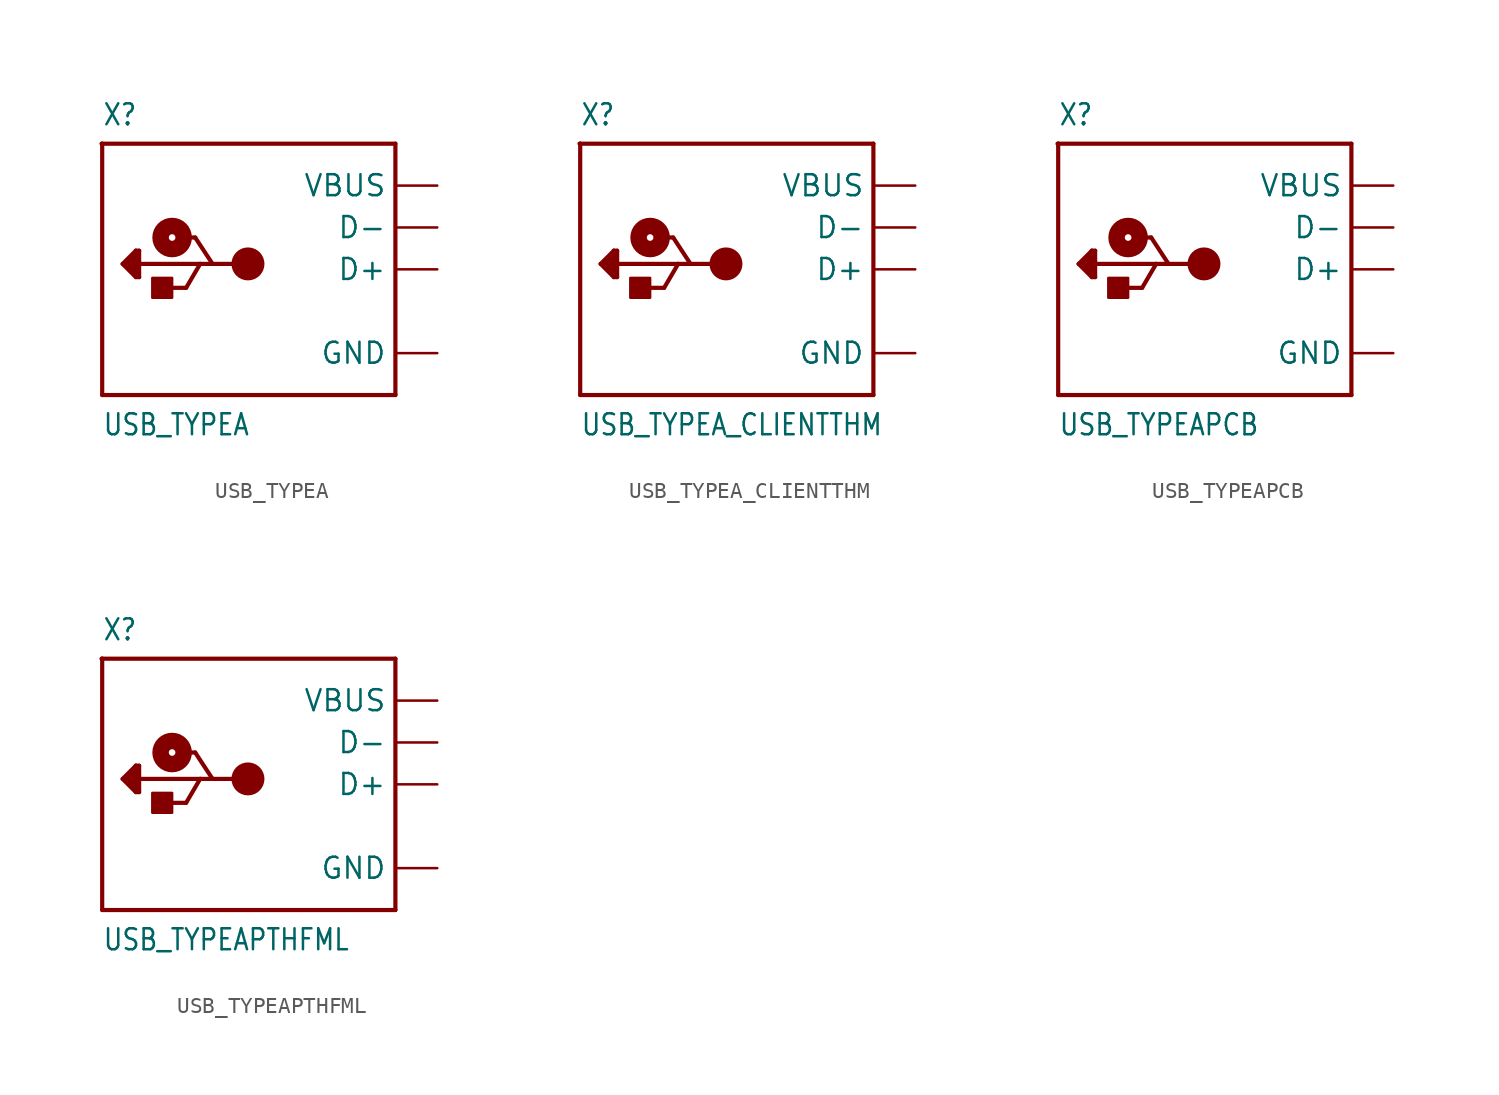
<source format=kicad_sym>
(kicad_symbol_lib
  (version 20211014)
  (generator kicad_symbol_editor)
  (symbol "USB_TYPEA"
    (property "Reference" "X"
      (at -10.16 8.636 0)
      (effects (font (size 1.27 1.079)) (justify left bottom)))
    (property "Value" "USB_TYPEA"
      (at -10.16 -10.16 0)
      (effects (font (size 1.27 1.079)) (justify left bottom)))
    (property "ki_locked" ""
      (at 0 0 0)
      (effects (font (size 1.27 1.27))))
    (symbol "USB_TYPEA_1_0"
      (rectangle (start -7.12 -1.72) (end -5.92 -0.52) (stroke (width 0) (type default) (color 0 0 0 0)) (fill (type outline)))
      (circle (center -5.92 1.93) (radius 0.2) (stroke (width 1) (type default) (color 0 0 0 0)) (fill (type none)))
      (circle (center -1.32 0.33) (radius 0.5) (stroke (width 1) (type default) (color 0 0 0 0)) (fill (type none)))
      (polyline (pts (xy -10.2 7.62) (xy -10.16 7.62)) (stroke (width 0.254) (type default) (color 0 0 0 0)) (fill (type none)))
      (polyline (pts (xy -10.16 -7.62) (xy 7.62 -7.62)) (stroke (width 0.254) (type default) (color 0 0 0 0)) (fill (type none)))
      (polyline (pts (xy -10.16 7.62) (xy -10.16 -7.62)) (stroke (width 0.254) (type default) (color 0 0 0 0)) (fill (type none)))
      (polyline (pts (xy -10.16 7.62) (xy 7.62 7.62)) (stroke (width 0.254) (type default) (color 0 0 0 0)) (fill (type none)))
      (polyline (pts (xy -8.92 0.33) (xy -8.12 1.13)) (stroke (width 0.254) (type default) (color 0 0 0 0)) (fill (type none)))
      (polyline (pts (xy -8.52 0.13) (xy -8.32 -0.07)) (stroke (width 0.254) (type default) (color 0 0 0 0)) (fill (type none)))
      (polyline (pts (xy -8.52 0.33) (xy -8.52 0.13)) (stroke (width 0.254) (type default) (color 0 0 0 0)) (fill (type none)))
      (polyline (pts (xy -8.32 -0.07) (xy -8.32 0.73)) (stroke (width 0.254) (type default) (color 0 0 0 0)) (fill (type none)))
      (polyline (pts (xy -8.32 0.73) (xy -8.72 0.33)) (stroke (width 0.254) (type default) (color 0 0 0 0)) (fill (type none)))
      (polyline (pts (xy -8.12 -0.47) (xy -8.92 0.33)) (stroke (width 0.254) (type default) (color 0 0 0 0)) (fill (type none)))
      (polyline (pts (xy -8.12 -0.27) (xy -8.12 1.13)) (stroke (width 0.254) (type default) (color 0 0 0 0)) (fill (type none)))
      (polyline (pts (xy -8.12 1.13) (xy -7.92 1.13)) (stroke (width 0.254) (type default) (color 0 0 0 0)) (fill (type none)))
      (polyline (pts (xy -7.92 -0.47) (xy -8.12 -0.47)) (stroke (width 0.254) (type default) (color 0 0 0 0)) (fill (type none)))
      (polyline (pts (xy -7.92 0.33) (xy -7.92 -0.47)) (stroke (width 0.254) (type default) (color 0 0 0 0)) (fill (type none)))
      (polyline (pts (xy -7.92 1.13) (xy -7.92 0.33)) (stroke (width 0.254) (type default) (color 0 0 0 0)) (fill (type none)))
      (polyline (pts (xy -6.27 -1.12) (xy -5.07 -1.12)) (stroke (width 0.254) (type default) (color 0 0 0 0)) (fill (type none)))
      (polyline (pts (xy -5.52 1.93) (xy -4.52 1.93)) (stroke (width 0.254) (type default) (color 0 0 0 0)) (fill (type none)))
      (polyline (pts (xy -5.07 -1.12) (xy -4.22 0.33)) (stroke (width 0.254) (type default) (color 0 0 0 0)) (fill (type none)))
      (polyline (pts (xy -4.52 1.93) (xy -3.47 0.33)) (stroke (width 0.254) (type default) (color 0 0 0 0)) (fill (type none)))
      (polyline (pts (xy -4.22 0.33) (xy -7.92 0.33)) (stroke (width 0.254) (type default) (color 0 0 0 0)) (fill (type none)))
      (polyline (pts (xy -3.47 0.33) (xy -4.22 0.33)) (stroke (width 0.254) (type default) (color 0 0 0 0)) (fill (type none)))
      (polyline (pts (xy -1.32 0.33) (xy -3.47 0.33)) (stroke (width 0.254) (type default) (color 0 0 0 0)) (fill (type none)))
      (polyline (pts (xy 7.62 7.62) (xy 7.62 -7.62)) (stroke (width 0.254) (type default) (color 0 0 0 0)) (fill (type none)))
      (pin bidirectional line (at 10.16 0 180) (length 2.54) (name "D+" (effects (font (size 1.27 1.27)))) (number "D+" (effects (font (size 0 0)))))
      (pin bidirectional line (at 10.16 2.54 180) (length 2.54) (name "D-" (effects (font (size 1.27 1.27)))) (number "D-" (effects (font (size 0 0)))))
      (pin power_in line (at 10.16 -5.08 180) (length 2.54) (name "GND" (effects (font (size 1.27 1.27)))) (number "GND" (effects (font (size 0 0)))))
      (pin power_in line (at 10.16 5.08 180) (length 2.54) (name "VBUS" (effects (font (size 1.27 1.27)))) (number "VBUS" (effects (font (size 0 0)))))))
  (symbol "USB_TYPEA_CLIENTTHM"
    (property "Reference" "X"
      (at -10.16 8.636 0)
      (effects (font (size 1.27 1.079)) (justify left bottom)))
    (property "Value" "USB_TYPEA_CLIENTTHM"
      (at -10.16 -10.16 0)
      (effects (font (size 1.27 1.079)) (justify left bottom)))
    (property "ki_locked" ""
      (at 0 0 0)
      (effects (font (size 1.27 1.27))))
    (symbol "USB_TYPEA_CLIENTTHM_1_0"
      (rectangle (start -7.12 -1.72) (end -5.92 -0.52) (stroke (width 0) (type default) (color 0 0 0 0)) (fill (type outline)))
      (circle (center -5.92 1.93) (radius 0.2) (stroke (width 1) (type default) (color 0 0 0 0)) (fill (type none)))
      (circle (center -1.32 0.33) (radius 0.5) (stroke (width 1) (type default) (color 0 0 0 0)) (fill (type none)))
      (polyline (pts (xy -10.2 7.62) (xy -10.16 7.62)) (stroke (width 0.254) (type default) (color 0 0 0 0)) (fill (type none)))
      (polyline (pts (xy -10.16 -7.62) (xy 7.62 -7.62)) (stroke (width 0.254) (type default) (color 0 0 0 0)) (fill (type none)))
      (polyline (pts (xy -10.16 7.62) (xy -10.16 -7.62)) (stroke (width 0.254) (type default) (color 0 0 0 0)) (fill (type none)))
      (polyline (pts (xy -10.16 7.62) (xy 7.62 7.62)) (stroke (width 0.254) (type default) (color 0 0 0 0)) (fill (type none)))
      (polyline (pts (xy -8.92 0.33) (xy -8.12 1.13)) (stroke (width 0.254) (type default) (color 0 0 0 0)) (fill (type none)))
      (polyline (pts (xy -8.52 0.13) (xy -8.32 -0.07)) (stroke (width 0.254) (type default) (color 0 0 0 0)) (fill (type none)))
      (polyline (pts (xy -8.52 0.33) (xy -8.52 0.13)) (stroke (width 0.254) (type default) (color 0 0 0 0)) (fill (type none)))
      (polyline (pts (xy -8.32 -0.07) (xy -8.32 0.73)) (stroke (width 0.254) (type default) (color 0 0 0 0)) (fill (type none)))
      (polyline (pts (xy -8.32 0.73) (xy -8.72 0.33)) (stroke (width 0.254) (type default) (color 0 0 0 0)) (fill (type none)))
      (polyline (pts (xy -8.12 -0.47) (xy -8.92 0.33)) (stroke (width 0.254) (type default) (color 0 0 0 0)) (fill (type none)))
      (polyline (pts (xy -8.12 -0.27) (xy -8.12 1.13)) (stroke (width 0.254) (type default) (color 0 0 0 0)) (fill (type none)))
      (polyline (pts (xy -8.12 1.13) (xy -7.92 1.13)) (stroke (width 0.254) (type default) (color 0 0 0 0)) (fill (type none)))
      (polyline (pts (xy -7.92 -0.47) (xy -8.12 -0.47)) (stroke (width 0.254) (type default) (color 0 0 0 0)) (fill (type none)))
      (polyline (pts (xy -7.92 0.33) (xy -7.92 -0.47)) (stroke (width 0.254) (type default) (color 0 0 0 0)) (fill (type none)))
      (polyline (pts (xy -7.92 1.13) (xy -7.92 0.33)) (stroke (width 0.254) (type default) (color 0 0 0 0)) (fill (type none)))
      (polyline (pts (xy -6.27 -1.12) (xy -5.07 -1.12)) (stroke (width 0.254) (type default) (color 0 0 0 0)) (fill (type none)))
      (polyline (pts (xy -5.52 1.93) (xy -4.52 1.93)) (stroke (width 0.254) (type default) (color 0 0 0 0)) (fill (type none)))
      (polyline (pts (xy -5.07 -1.12) (xy -4.22 0.33)) (stroke (width 0.254) (type default) (color 0 0 0 0)) (fill (type none)))
      (polyline (pts (xy -4.52 1.93) (xy -3.47 0.33)) (stroke (width 0.254) (type default) (color 0 0 0 0)) (fill (type none)))
      (polyline (pts (xy -4.22 0.33) (xy -7.92 0.33)) (stroke (width 0.254) (type default) (color 0 0 0 0)) (fill (type none)))
      (polyline (pts (xy -3.47 0.33) (xy -4.22 0.33)) (stroke (width 0.254) (type default) (color 0 0 0 0)) (fill (type none)))
      (polyline (pts (xy -1.32 0.33) (xy -3.47 0.33)) (stroke (width 0.254) (type default) (color 0 0 0 0)) (fill (type none)))
      (polyline (pts (xy 7.62 7.62) (xy 7.62 -7.62)) (stroke (width 0.254) (type default) (color 0 0 0 0)) (fill (type none)))
      (pin bidirectional line (at 10.16 0 180) (length 2.54) (name "D+" (effects (font (size 1.27 1.27)))) (number "D+" (effects (font (size 0 0)))))
      (pin bidirectional line (at 10.16 2.54 180) (length 2.54) (name "D-" (effects (font (size 1.27 1.27)))) (number "D-" (effects (font (size 0 0)))))
      (pin power_in line (at 10.16 -5.08 180) (length 2.54) (name "GND" (effects (font (size 1.27 1.27)))) (number "GND" (effects (font (size 0 0)))))
      (pin power_in line (at 10.16 5.08 180) (length 2.54) (name "VBUS" (effects (font (size 1.27 1.27)))) (number "VBUS" (effects (font (size 0 0)))))))
  (symbol "USB_TYPEAPCB"
    (property "Reference" "X"
      (at -10.16 8.636 0)
      (effects (font (size 1.27 1.079)) (justify left bottom)))
    (property "Value" "USB_TYPEAPCB"
      (at -10.16 -10.16 0)
      (effects (font (size 1.27 1.079)) (justify left bottom)))
    (property "ki_locked" ""
      (at 0 0 0)
      (effects (font (size 1.27 1.27))))
    (symbol "USB_TYPEAPCB_1_0"
      (rectangle (start -7.12 -1.72) (end -5.92 -0.52) (stroke (width 0) (type default) (color 0 0 0 0)) (fill (type outline)))
      (circle (center -5.92 1.93) (radius 0.2) (stroke (width 1) (type default) (color 0 0 0 0)) (fill (type none)))
      (circle (center -1.32 0.33) (radius 0.5) (stroke (width 1) (type default) (color 0 0 0 0)) (fill (type none)))
      (polyline (pts (xy -10.2 7.62) (xy -10.16 7.62)) (stroke (width 0.254) (type default) (color 0 0 0 0)) (fill (type none)))
      (polyline (pts (xy -10.16 -7.62) (xy 7.62 -7.62)) (stroke (width 0.254) (type default) (color 0 0 0 0)) (fill (type none)))
      (polyline (pts (xy -10.16 7.62) (xy -10.16 -7.62)) (stroke (width 0.254) (type default) (color 0 0 0 0)) (fill (type none)))
      (polyline (pts (xy -10.16 7.62) (xy 7.62 7.62)) (stroke (width 0.254) (type default) (color 0 0 0 0)) (fill (type none)))
      (polyline (pts (xy -8.92 0.33) (xy -8.12 1.13)) (stroke (width 0.254) (type default) (color 0 0 0 0)) (fill (type none)))
      (polyline (pts (xy -8.52 0.13) (xy -8.32 -0.07)) (stroke (width 0.254) (type default) (color 0 0 0 0)) (fill (type none)))
      (polyline (pts (xy -8.52 0.33) (xy -8.52 0.13)) (stroke (width 0.254) (type default) (color 0 0 0 0)) (fill (type none)))
      (polyline (pts (xy -8.32 -0.07) (xy -8.32 0.73)) (stroke (width 0.254) (type default) (color 0 0 0 0)) (fill (type none)))
      (polyline (pts (xy -8.32 0.73) (xy -8.72 0.33)) (stroke (width 0.254) (type default) (color 0 0 0 0)) (fill (type none)))
      (polyline (pts (xy -8.12 -0.47) (xy -8.92 0.33)) (stroke (width 0.254) (type default) (color 0 0 0 0)) (fill (type none)))
      (polyline (pts (xy -8.12 -0.27) (xy -8.12 1.13)) (stroke (width 0.254) (type default) (color 0 0 0 0)) (fill (type none)))
      (polyline (pts (xy -8.12 1.13) (xy -7.92 1.13)) (stroke (width 0.254) (type default) (color 0 0 0 0)) (fill (type none)))
      (polyline (pts (xy -7.92 -0.47) (xy -8.12 -0.47)) (stroke (width 0.254) (type default) (color 0 0 0 0)) (fill (type none)))
      (polyline (pts (xy -7.92 0.33) (xy -7.92 -0.47)) (stroke (width 0.254) (type default) (color 0 0 0 0)) (fill (type none)))
      (polyline (pts (xy -7.92 1.13) (xy -7.92 0.33)) (stroke (width 0.254) (type default) (color 0 0 0 0)) (fill (type none)))
      (polyline (pts (xy -6.27 -1.12) (xy -5.07 -1.12)) (stroke (width 0.254) (type default) (color 0 0 0 0)) (fill (type none)))
      (polyline (pts (xy -5.52 1.93) (xy -4.52 1.93)) (stroke (width 0.254) (type default) (color 0 0 0 0)) (fill (type none)))
      (polyline (pts (xy -5.07 -1.12) (xy -4.22 0.33)) (stroke (width 0.254) (type default) (color 0 0 0 0)) (fill (type none)))
      (polyline (pts (xy -4.52 1.93) (xy -3.47 0.33)) (stroke (width 0.254) (type default) (color 0 0 0 0)) (fill (type none)))
      (polyline (pts (xy -4.22 0.33) (xy -7.92 0.33)) (stroke (width 0.254) (type default) (color 0 0 0 0)) (fill (type none)))
      (polyline (pts (xy -3.47 0.33) (xy -4.22 0.33)) (stroke (width 0.254) (type default) (color 0 0 0 0)) (fill (type none)))
      (polyline (pts (xy -1.32 0.33) (xy -3.47 0.33)) (stroke (width 0.254) (type default) (color 0 0 0 0)) (fill (type none)))
      (polyline (pts (xy 7.62 7.62) (xy 7.62 -7.62)) (stroke (width 0.254) (type default) (color 0 0 0 0)) (fill (type none)))
      (pin power_in line (at 10.16 -5.08 180) (length 2.54) (name "GND" (effects (font (size 1.27 1.27)))) (number "GND" (effects (font (size 0 0)))))
      (pin bidirectional line (at 10.16 2.54 180) (length 2.54) (name "D-" (effects (font (size 1.27 1.27)))) (number "USB_NEG" (effects (font (size 0 0)))))
      (pin bidirectional line (at 10.16 0 180) (length 2.54) (name "D+" (effects (font (size 1.27 1.27)))) (number "USB_PLUS" (effects (font (size 0 0)))))
      (pin power_in line (at 10.16 5.08 180) (length 2.54) (name "VBUS" (effects (font (size 1.27 1.27)))) (number "VCC" (effects (font (size 0 0)))))))
  (symbol "USB_TYPEAPTHFML"
    (property "Reference" "X"
      (at -10.16 8.636 0)
      (effects (font (size 1.27 1.079)) (justify left bottom)))
    (property "Value" "USB_TYPEAPTHFML"
      (at -10.16 -10.16 0)
      (effects (font (size 1.27 1.079)) (justify left bottom)))
    (property "ki_locked" ""
      (at 0 0 0)
      (effects (font (size 1.27 1.27))))
    (symbol "USB_TYPEAPTHFML_1_0"
      (rectangle (start -7.12 -1.72) (end -5.92 -0.52) (stroke (width 0) (type default) (color 0 0 0 0)) (fill (type outline)))
      (circle (center -5.92 1.93) (radius 0.2) (stroke (width 1) (type default) (color 0 0 0 0)) (fill (type none)))
      (circle (center -1.32 0.33) (radius 0.5) (stroke (width 1) (type default) (color 0 0 0 0)) (fill (type none)))
      (polyline (pts (xy -10.2 7.62) (xy -10.16 7.62)) (stroke (width 0.254) (type default) (color 0 0 0 0)) (fill (type none)))
      (polyline (pts (xy -10.16 -7.62) (xy 7.62 -7.62)) (stroke (width 0.254) (type default) (color 0 0 0 0)) (fill (type none)))
      (polyline (pts (xy -10.16 7.62) (xy -10.16 -7.62)) (stroke (width 0.254) (type default) (color 0 0 0 0)) (fill (type none)))
      (polyline (pts (xy -10.16 7.62) (xy 7.62 7.62)) (stroke (width 0.254) (type default) (color 0 0 0 0)) (fill (type none)))
      (polyline (pts (xy -8.92 0.33) (xy -8.12 1.13)) (stroke (width 0.254) (type default) (color 0 0 0 0)) (fill (type none)))
      (polyline (pts (xy -8.52 0.13) (xy -8.32 -0.07)) (stroke (width 0.254) (type default) (color 0 0 0 0)) (fill (type none)))
      (polyline (pts (xy -8.52 0.33) (xy -8.52 0.13)) (stroke (width 0.254) (type default) (color 0 0 0 0)) (fill (type none)))
      (polyline (pts (xy -8.32 -0.07) (xy -8.32 0.73)) (stroke (width 0.254) (type default) (color 0 0 0 0)) (fill (type none)))
      (polyline (pts (xy -8.32 0.73) (xy -8.72 0.33)) (stroke (width 0.254) (type default) (color 0 0 0 0)) (fill (type none)))
      (polyline (pts (xy -8.12 -0.47) (xy -8.92 0.33)) (stroke (width 0.254) (type default) (color 0 0 0 0)) (fill (type none)))
      (polyline (pts (xy -8.12 -0.27) (xy -8.12 1.13)) (stroke (width 0.254) (type default) (color 0 0 0 0)) (fill (type none)))
      (polyline (pts (xy -8.12 1.13) (xy -7.92 1.13)) (stroke (width 0.254) (type default) (color 0 0 0 0)) (fill (type none)))
      (polyline (pts (xy -7.92 -0.47) (xy -8.12 -0.47)) (stroke (width 0.254) (type default) (color 0 0 0 0)) (fill (type none)))
      (polyline (pts (xy -7.92 0.33) (xy -7.92 -0.47)) (stroke (width 0.254) (type default) (color 0 0 0 0)) (fill (type none)))
      (polyline (pts (xy -7.92 1.13) (xy -7.92 0.33)) (stroke (width 0.254) (type default) (color 0 0 0 0)) (fill (type none)))
      (polyline (pts (xy -6.27 -1.12) (xy -5.07 -1.12)) (stroke (width 0.254) (type default) (color 0 0 0 0)) (fill (type none)))
      (polyline (pts (xy -5.52 1.93) (xy -4.52 1.93)) (stroke (width 0.254) (type default) (color 0 0 0 0)) (fill (type none)))
      (polyline (pts (xy -5.07 -1.12) (xy -4.22 0.33)) (stroke (width 0.254) (type default) (color 0 0 0 0)) (fill (type none)))
      (polyline (pts (xy -4.52 1.93) (xy -3.47 0.33)) (stroke (width 0.254) (type default) (color 0 0 0 0)) (fill (type none)))
      (polyline (pts (xy -4.22 0.33) (xy -7.92 0.33)) (stroke (width 0.254) (type default) (color 0 0 0 0)) (fill (type none)))
      (polyline (pts (xy -3.47 0.33) (xy -4.22 0.33)) (stroke (width 0.254) (type default) (color 0 0 0 0)) (fill (type none)))
      (polyline (pts (xy -1.32 0.33) (xy -3.47 0.33)) (stroke (width 0.254) (type default) (color 0 0 0 0)) (fill (type none)))
      (polyline (pts (xy 7.62 7.62) (xy 7.62 -7.62)) (stroke (width 0.254) (type default) (color 0 0 0 0)) (fill (type none)))
      (pin bidirectional line (at 10.16 0 180) (length 2.54) (name "D+" (effects (font (size 1.27 1.27)))) (number "D+" (effects (font (size 0 0)))))
      (pin bidirectional line (at 10.16 2.54 180) (length 2.54) (name "D-" (effects (font (size 1.27 1.27)))) (number "D-" (effects (font (size 0 0)))))
      (pin power_in line (at 10.16 -5.08 180) (length 2.54) (name "GND" (effects (font (size 1.27 1.27)))) (number "GND" (effects (font (size 0 0)))))
      (pin power_in line (at 10.16 5.08 180) (length 2.54) (name "VBUS" (effects (font (size 1.27 1.27)))) (number "VBUS" (effects (font (size 0 0))))))))
</source>
